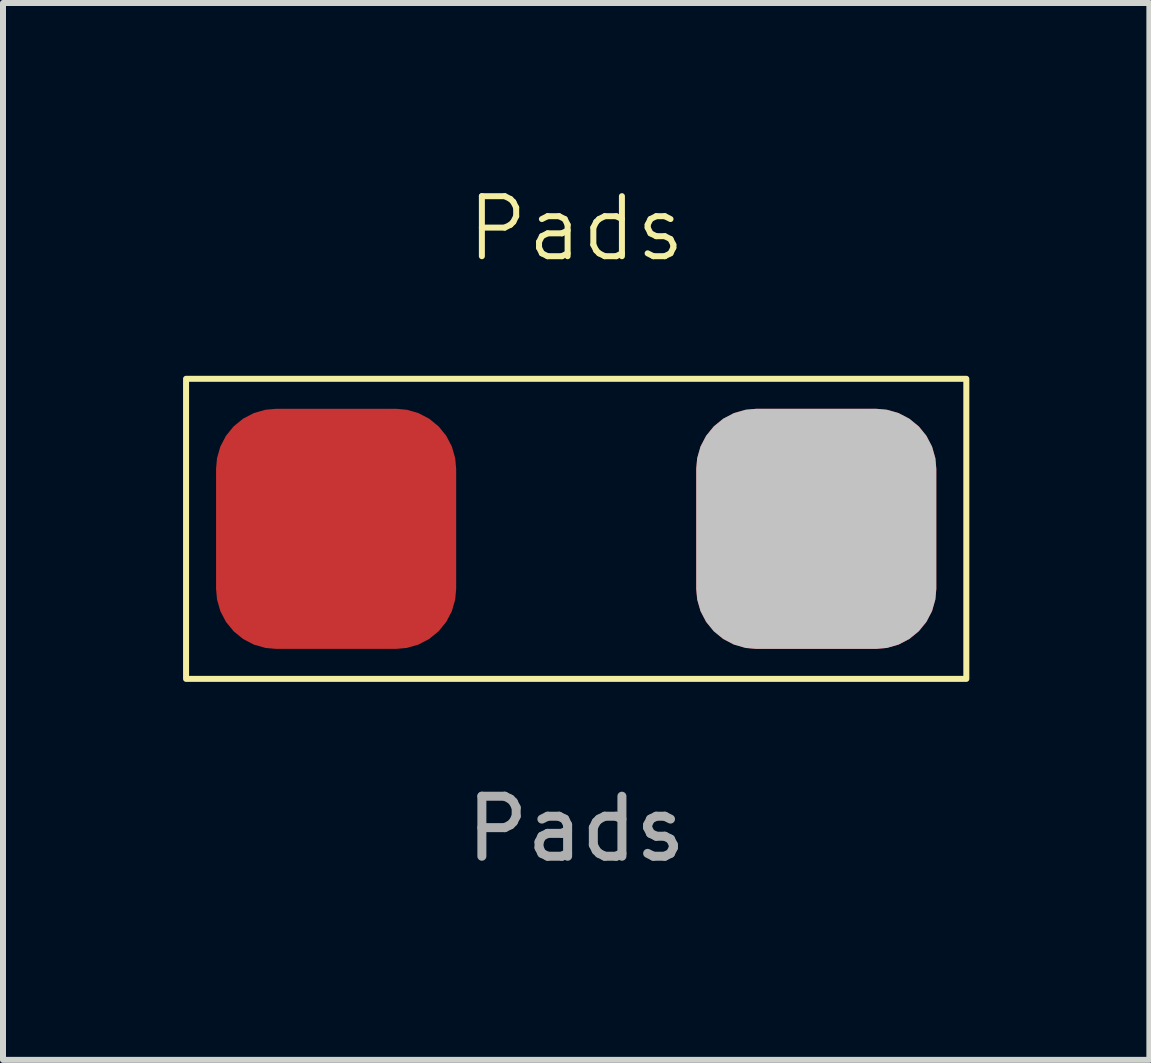
<source format=kicad_pcb>
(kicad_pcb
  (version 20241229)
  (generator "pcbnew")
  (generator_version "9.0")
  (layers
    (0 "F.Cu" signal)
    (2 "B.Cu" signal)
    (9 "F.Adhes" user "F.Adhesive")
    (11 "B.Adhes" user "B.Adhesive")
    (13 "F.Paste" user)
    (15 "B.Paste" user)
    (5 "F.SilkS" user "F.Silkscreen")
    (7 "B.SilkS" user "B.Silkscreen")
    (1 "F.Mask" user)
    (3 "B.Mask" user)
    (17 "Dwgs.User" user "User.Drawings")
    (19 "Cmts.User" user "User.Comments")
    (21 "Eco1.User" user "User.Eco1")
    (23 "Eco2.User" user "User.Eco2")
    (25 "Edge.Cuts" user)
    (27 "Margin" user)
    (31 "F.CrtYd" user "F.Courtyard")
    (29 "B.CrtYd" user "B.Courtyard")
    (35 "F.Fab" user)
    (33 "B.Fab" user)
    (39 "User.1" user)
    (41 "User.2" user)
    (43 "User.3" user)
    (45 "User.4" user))
  (footprint "Pads"
    (layer "F.Cu")
    (at 6.55 5.761)
    (property "Reference" "Pads" (at 0 -5 0) (unlocked yes) (layer "F.SilkS") (effects (font (size 1 1) (thickness 0.1))))
    (attr smd)
    (fp_rect (start -6.5 -2.5) (end 6.5 2.5) (stroke (width 0.1) (type default)) (fill no) (layer "F.SilkS"))
    (fp_text user "${REFERENCE}" (at 0 5 0) (unlocked yes) (layer "F.Fab") (effects (font (size 1 1) (thickness 0.15))))
    (pad "1" smd roundrect (at -4 0) (size 4 4) (layers "F.Cu" "F.Mask" "F.Paste") (roundrect_rratio 0.25))
    (pad "2" smd roundrect (at 4 0) (size 4 4) (layers "F.Cu" "F.Mask" "F.Paste" "Dwgs.User") (roundrect_rratio 0.25)))
  (gr_rect
    (start -3 -3)
    (end 16.1 14.609)
    (stroke (width 0.1) (type default))
    (fill no)
    (layer "Edge.Cuts")))
</source>
